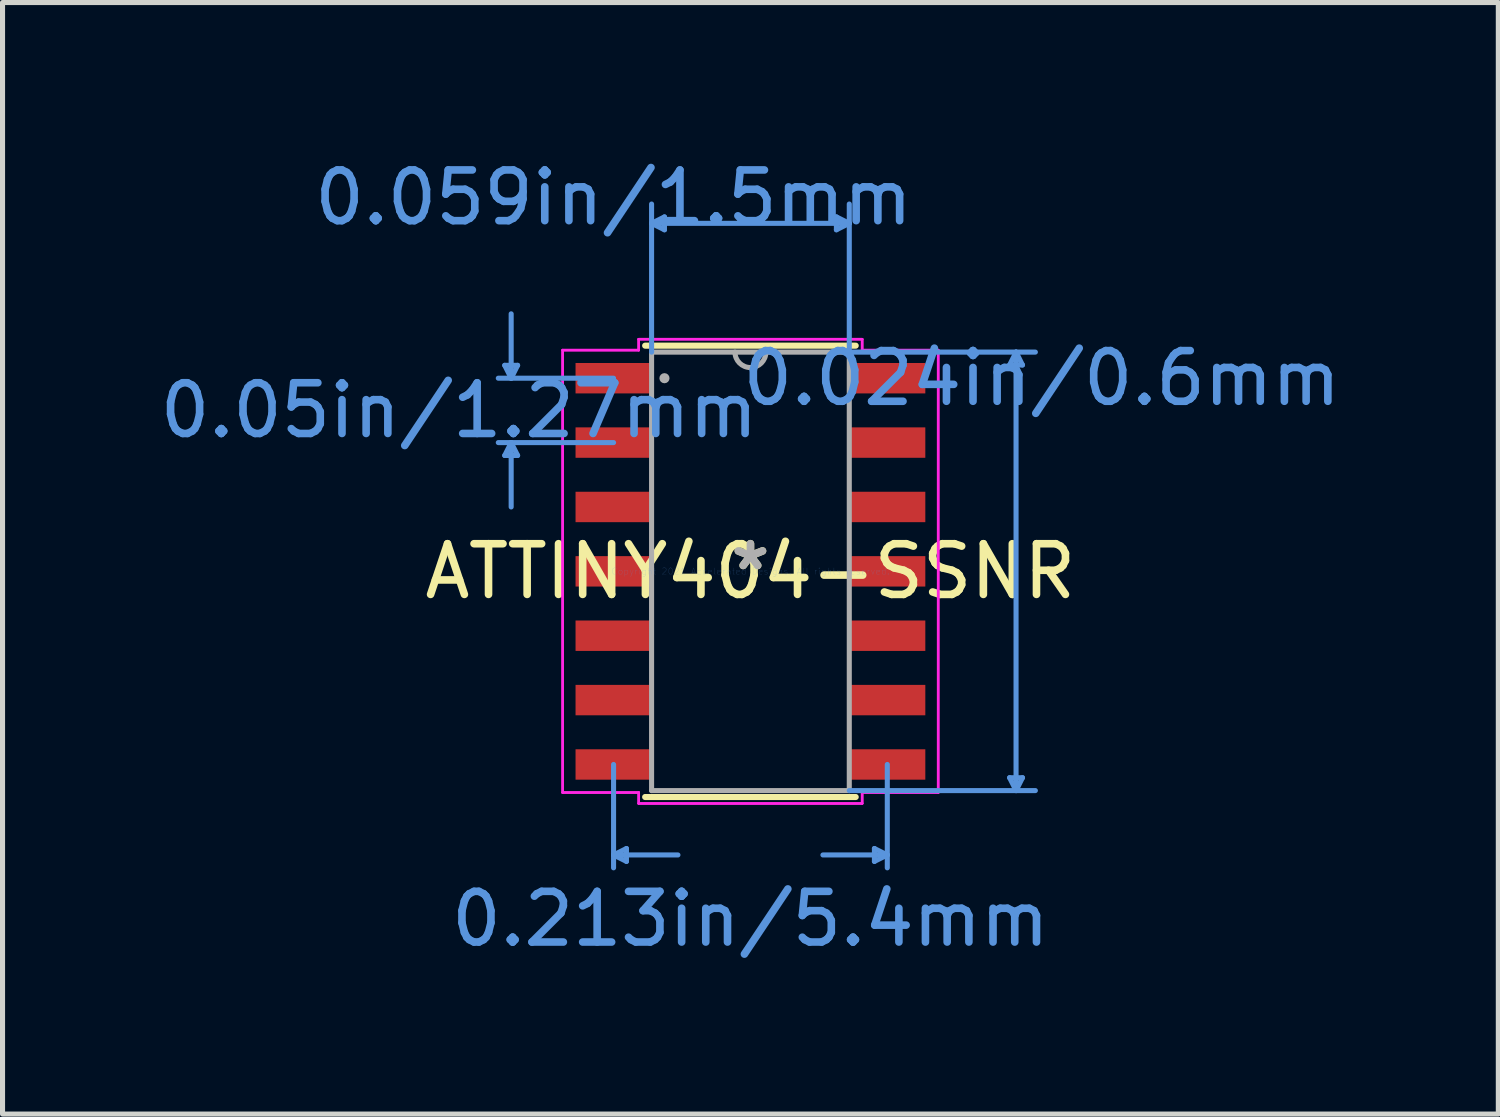
<source format=kicad_pcb>
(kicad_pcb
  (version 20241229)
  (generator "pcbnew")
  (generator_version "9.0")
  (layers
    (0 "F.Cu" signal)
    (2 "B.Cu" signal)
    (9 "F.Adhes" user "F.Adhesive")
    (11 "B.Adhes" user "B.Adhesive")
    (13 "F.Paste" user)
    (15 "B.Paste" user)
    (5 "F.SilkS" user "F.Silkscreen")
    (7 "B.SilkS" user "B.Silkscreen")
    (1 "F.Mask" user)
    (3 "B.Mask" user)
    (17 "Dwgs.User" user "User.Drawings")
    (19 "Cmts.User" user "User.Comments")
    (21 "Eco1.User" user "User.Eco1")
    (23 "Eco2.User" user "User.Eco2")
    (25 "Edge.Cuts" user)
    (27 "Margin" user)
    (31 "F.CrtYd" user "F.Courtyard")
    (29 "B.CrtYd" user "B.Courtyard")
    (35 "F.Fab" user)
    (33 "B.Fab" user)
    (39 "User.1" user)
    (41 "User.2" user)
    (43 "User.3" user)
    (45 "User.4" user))
  (footprint "ATTINY404-SSNR"
    (layer "F.Cu")
    (at 11.754 8.221)
    (property "Reference" "ATTINY404-SSNR" (at 0 0 0) (layer "F.SilkS") (effects (font (size 1 1) (thickness 0.15))))
    (attr through_hole)
    (fp_line (start -2.077 4.452) (end 2.077 4.452) (stroke (width 0.12) (type solid)) (layer "F.SilkS"))
    (fp_line (start 2.077 -4.452) (end -2.077 -4.452) (stroke (width 0.12) (type solid)) (layer "F.SilkS"))
    (fp_line (start -4.847 -4.064) (end -4.72 -3.81) (stroke (width 0.1) (type solid)) (layer "Cmts.User"))
    (fp_line (start -4.847 -2.286) (end -4.72 -2.54) (stroke (width 0.1) (type solid)) (layer "Cmts.User"))
    (fp_line (start -4.72 -3.81) (end -4.72 -5.08) (stroke (width 0.1) (type solid)) (layer "Cmts.User"))
    (fp_line (start -4.72 -3.81) (end -4.593 -4.064) (stroke (width 0.1) (type solid)) (layer "Cmts.User"))
    (fp_line (start -4.72 -2.54) (end -4.72 -1.27) (stroke (width 0.1) (type solid)) (layer "Cmts.User"))
    (fp_line (start -4.72 -2.54) (end -4.593 -2.286) (stroke (width 0.1) (type solid)) (layer "Cmts.User"))
    (fp_line (start -4.593 -4.064) (end -4.847 -4.064) (stroke (width 0.1) (type solid)) (layer "Cmts.User"))
    (fp_line (start -4.593 -2.286) (end -4.847 -2.286) (stroke (width 0.1) (type solid)) (layer "Cmts.User"))
    (fp_line (start -2.7 -3.81) (end -4.974 -3.81) (stroke (width 0.1) (type solid)) (layer "Cmts.User"))
    (fp_line (start -2.7 -2.54) (end -4.974 -2.54) (stroke (width 0.1) (type solid)) (layer "Cmts.User"))
    (fp_line (start -2.7 3.81) (end -2.7 5.849) (stroke (width 0.1) (type solid)) (layer "Cmts.User"))
    (fp_line (start -2.7 5.595) (end -2.446 5.722) (stroke (width 0.1) (type solid)) (layer "Cmts.User"))
    (fp_line (start -2.7 5.595) (end -1.43 5.595) (stroke (width 0.1) (type solid)) (layer "Cmts.User"))
    (fp_line (start -2.446 5.468) (end -2.7 5.595) (stroke (width 0.1) (type solid)) (layer "Cmts.User"))
    (fp_line (start -2.446 5.722) (end -2.446 5.468) (stroke (width 0.1) (type solid)) (layer "Cmts.User"))
    (fp_line (start -1.95 -6.865) (end -1.696 -6.992) (stroke (width 0.1) (type solid)) (layer "Cmts.User"))
    (fp_line (start -1.95 -6.865) (end -1.696 -6.738) (stroke (width 0.1) (type solid)) (layer "Cmts.User"))
    (fp_line (start -1.95 -6.865) (end 1.95 -6.865) (stroke (width 0.1) (type solid)) (layer "Cmts.User"))
    (fp_line (start -1.95 -4.325) (end -1.95 -7.246) (stroke (width 0.1) (type solid)) (layer "Cmts.User"))
    (fp_line (start -1.696 -6.992) (end -1.696 -6.738) (stroke (width 0.1) (type solid)) (layer "Cmts.User"))
    (fp_line (start 1.696 -6.992) (end 1.696 -6.738) (stroke (width 0.1) (type solid)) (layer "Cmts.User"))
    (fp_line (start 1.95 -6.865) (end 1.696 -6.992) (stroke (width 0.1) (type solid)) (layer "Cmts.User"))
    (fp_line (start 1.95 -6.865) (end 1.696 -6.738) (stroke (width 0.1) (type solid)) (layer "Cmts.User"))
    (fp_line (start 1.95 -4.325) (end 1.95 -7.246) (stroke (width 0.1) (type solid)) (layer "Cmts.User"))
    (fp_line (start 1.95 -4.325) (end 5.621 -4.325) (stroke (width 0.1) (type solid)) (layer "Cmts.User"))
    (fp_line (start 1.95 4.325) (end 5.621 4.325) (stroke (width 0.1) (type solid)) (layer "Cmts.User"))
    (fp_line (start 2.446 5.468) (end 2.7 5.595) (stroke (width 0.1) (type solid)) (layer "Cmts.User"))
    (fp_line (start 2.446 5.722) (end 2.446 5.468) (stroke (width 0.1) (type solid)) (layer "Cmts.User"))
    (fp_line (start 2.7 3.81) (end 2.7 5.849) (stroke (width 0.1) (type solid)) (layer "Cmts.User"))
    (fp_line (start 2.7 5.595) (end 1.43 5.595) (stroke (width 0.1) (type solid)) (layer "Cmts.User"))
    (fp_line (start 2.7 5.595) (end 2.446 5.722) (stroke (width 0.1) (type solid)) (layer "Cmts.User"))
    (fp_line (start 5.113 -4.071) (end 5.367 -4.071) (stroke (width 0.1) (type solid)) (layer "Cmts.User"))
    (fp_line (start 5.113 4.071) (end 5.367 4.071) (stroke (width 0.1) (type solid)) (layer "Cmts.User"))
    (fp_line (start 5.24 -4.325) (end 5.113 -4.071) (stroke (width 0.1) (type solid)) (layer "Cmts.User"))
    (fp_line (start 5.24 -4.325) (end 5.24 4.325) (stroke (width 0.1) (type solid)) (layer "Cmts.User"))
    (fp_line (start 5.24 -4.325) (end 5.367 -4.071) (stroke (width 0.1) (type solid)) (layer "Cmts.User"))
    (fp_line (start 5.24 4.325) (end 5.113 4.071) (stroke (width 0.1) (type solid)) (layer "Cmts.User"))
    (fp_line (start 5.24 4.325) (end 5.367 4.071) (stroke (width 0.1) (type solid)) (layer "Cmts.User"))
    (fp_line (start -3.704 -4.364) (end -2.204 -4.364) (stroke (width 0.05) (type solid)) (layer "F.CrtYd"))
    (fp_line (start -3.704 -4.364) (end -2.204 -4.364) (stroke (width 0.05) (type solid)) (layer "F.CrtYd"))
    (fp_line (start -3.704 4.364) (end -3.704 -4.364) (stroke (width 0.05) (type solid)) (layer "F.CrtYd"))
    (fp_line (start -3.704 4.364) (end -3.704 -4.364) (stroke (width 0.05) (type solid)) (layer "F.CrtYd"))
    (fp_line (start -3.704 4.364) (end -2.204 4.364) (stroke (width 0.05) (type solid)) (layer "F.CrtYd"))
    (fp_line (start -2.204 -4.579) (end 2.204 -4.579) (stroke (width 0.05) (type solid)) (layer "F.CrtYd"))
    (fp_line (start -2.204 -4.579) (end 2.204 -4.579) (stroke (width 0.05) (type solid)) (layer "F.CrtYd"))
    (fp_line (start -2.204 -4.364) (end -2.204 -4.579) (stroke (width 0.05) (type solid)) (layer "F.CrtYd"))
    (fp_line (start -2.204 -4.364) (end -2.204 -4.579) (stroke (width 0.05) (type solid)) (layer "F.CrtYd"))
    (fp_line (start -2.204 4.364) (end -3.704 4.364) (stroke (width 0.05) (type solid)) (layer "F.CrtYd"))
    (fp_line (start -2.204 4.579) (end -2.204 4.364) (stroke (width 0.05) (type solid)) (layer "F.CrtYd"))
    (fp_line (start -2.204 4.579) (end -2.204 4.364) (stroke (width 0.05) (type solid)) (layer "F.CrtYd"))
    (fp_line (start 2.204 -4.579) (end 2.204 -4.364) (stroke (width 0.05) (type solid)) (layer "F.CrtYd"))
    (fp_line (start 2.204 -4.579) (end 2.204 -4.364) (stroke (width 0.05) (type solid)) (layer "F.CrtYd"))
    (fp_line (start 2.204 -4.364) (end 3.704 -4.364) (stroke (width 0.05) (type solid)) (layer "F.CrtYd"))
    (fp_line (start 2.204 4.364) (end 2.204 4.579) (stroke (width 0.05) (type solid)) (layer "F.CrtYd"))
    (fp_line (start 2.204 4.364) (end 2.204 4.579) (stroke (width 0.05) (type solid)) (layer "F.CrtYd"))
    (fp_line (start 2.204 4.579) (end -2.204 4.579) (stroke (width 0.05) (type solid)) (layer "F.CrtYd"))
    (fp_line (start 2.204 4.579) (end -2.204 4.579) (stroke (width 0.05) (type solid)) (layer "F.CrtYd"))
    (fp_line (start 3.704 -4.364) (end 2.204 -4.364) (stroke (width 0.05) (type solid)) (layer "F.CrtYd"))
    (fp_line (start 3.704 -4.364) (end 3.704 4.364) (stroke (width 0.05) (type solid)) (layer "F.CrtYd"))
    (fp_line (start 3.704 -4.364) (end 3.704 4.364) (stroke (width 0.05) (type solid)) (layer "F.CrtYd"))
    (fp_line (start 3.704 4.364) (end 2.204 4.364) (stroke (width 0.05) (type solid)) (layer "F.CrtYd"))
    (fp_line (start 3.704 4.364) (end 2.204 4.364) (stroke (width 0.05) (type solid)) (layer "F.CrtYd"))
    (fp_line (start -1.95 -4.325) (end -1.95 4.325) (stroke (width 0.1) (type solid)) (layer "F.Fab"))
    (fp_line (start -1.95 4.325) (end 1.95 4.325) (stroke (width 0.1) (type solid)) (layer "F.Fab"))
    (fp_line (start 1.95 -4.325) (end -1.95 -4.325) (stroke (width 0.1) (type solid)) (layer "F.Fab"))
    (fp_line (start 1.95 4.325) (end 1.95 -4.325) (stroke (width 0.1) (type solid)) (layer "F.Fab"))
    (fp_arc (start 0.3048 -4.325) (mid 0 -4.0202) (end -0.3048 -4.325) (stroke (width 0.1) (type solid)) (layer "F.Fab"))
    (fp_circle (center -1.696 -3.81) (end -1.696 -3.81) (stroke (width 0.1) (type solid)) (fill no) (layer "F.Fab"))
    (fp_text user "*" (at 0 0 0) (layer "F.SilkS") (effects (font (size 1 1) (thickness 0.15))))
    (fp_text user "0.213in/5.4mm" (at 0 6.858 0) (layer "Cmts.User") (effects (font (size 1 1) (thickness 0.15))))
    (fp_text user "0.024in/0.6mm" (at 5.748 -3.81 0) (layer "Cmts.User") (effects (font (size 1 1) (thickness 0.15))))
    (fp_text user "0.059in/1.5mm" (at -2.7 -7.373 0) (layer "Cmts.User") (effects (font (size 1 1) (thickness 0.15))))
    (fp_text user "0.05in/1.27mm" (at -5.748 -3.175 0) (layer "Cmts.User") (effects (font (size 1 1) (thickness 0.15))))
    (fp_text user "Copyright 2021 Accelerated Designs. All rights reserved." (at 0 0 0) (layer "Cmts.User") (effects (font (size 0.127 0.127) (thickness 0.002))))
    (fp_text user "*" (at 0 0 0) (layer "F.Fab") (effects (font (size 1 1) (thickness 0.15))))
    (pad "1" smd rect (at -2.7 -3.81) (size 1.5 0.6) (layers "F.Cu" "F.Mask" "F.Paste"))
    (pad "2" smd rect (at -2.7 -2.54) (size 1.5 0.6) (layers "F.Cu" "F.Mask" "F.Paste"))
    (pad "3" smd rect (at -2.7 -1.27) (size 1.5 0.6) (layers "F.Cu" "F.Mask" "F.Paste"))
    (pad "4" smd rect (at -2.7 0) (size 1.5 0.6) (layers "F.Cu" "F.Mask" "F.Paste"))
    (pad "5" smd rect (at -2.7 1.27) (size 1.5 0.6) (layers "F.Cu" "F.Mask" "F.Paste"))
    (pad "6" smd rect (at -2.7 2.54) (size 1.5 0.6) (layers "F.Cu" "F.Mask" "F.Paste"))
    (pad "7" smd rect (at -2.7 3.81) (size 1.5 0.6) (layers "F.Cu" "F.Mask" "F.Paste"))
    (pad "8" smd rect (at 2.7 3.81) (size 1.5 0.6) (layers "F.Cu" "F.Mask" "F.Paste"))
    (pad "9" smd rect (at 2.7 2.54) (size 1.5 0.6) (layers "F.Cu" "F.Mask" "F.Paste"))
    (pad "10" smd rect (at 2.7 1.27) (size 1.5 0.6) (layers "F.Cu" "F.Mask" "F.Paste"))
    (pad "11" smd rect (at 2.7 0) (size 1.5 0.6) (layers "F.Cu" "F.Mask" "F.Paste"))
    (pad "12" smd rect (at 2.7 -1.27) (size 1.5 0.6) (layers "F.Cu" "F.Mask" "F.Paste"))
    (pad "13" smd rect (at 2.7 -2.54) (size 1.5 0.6) (layers "F.Cu" "F.Mask" "F.Paste"))
    (pad "14" smd rect (at 2.7 -3.81) (size 1.5 0.6) (layers "F.Cu" "F.Mask" "F.Paste")))
  (gr_rect
    (start -3 -3)
    (end 26.508 18.927)
    (stroke (width 0.1) (type default))
    (fill no)
    (layer "Edge.Cuts")))
</source>
